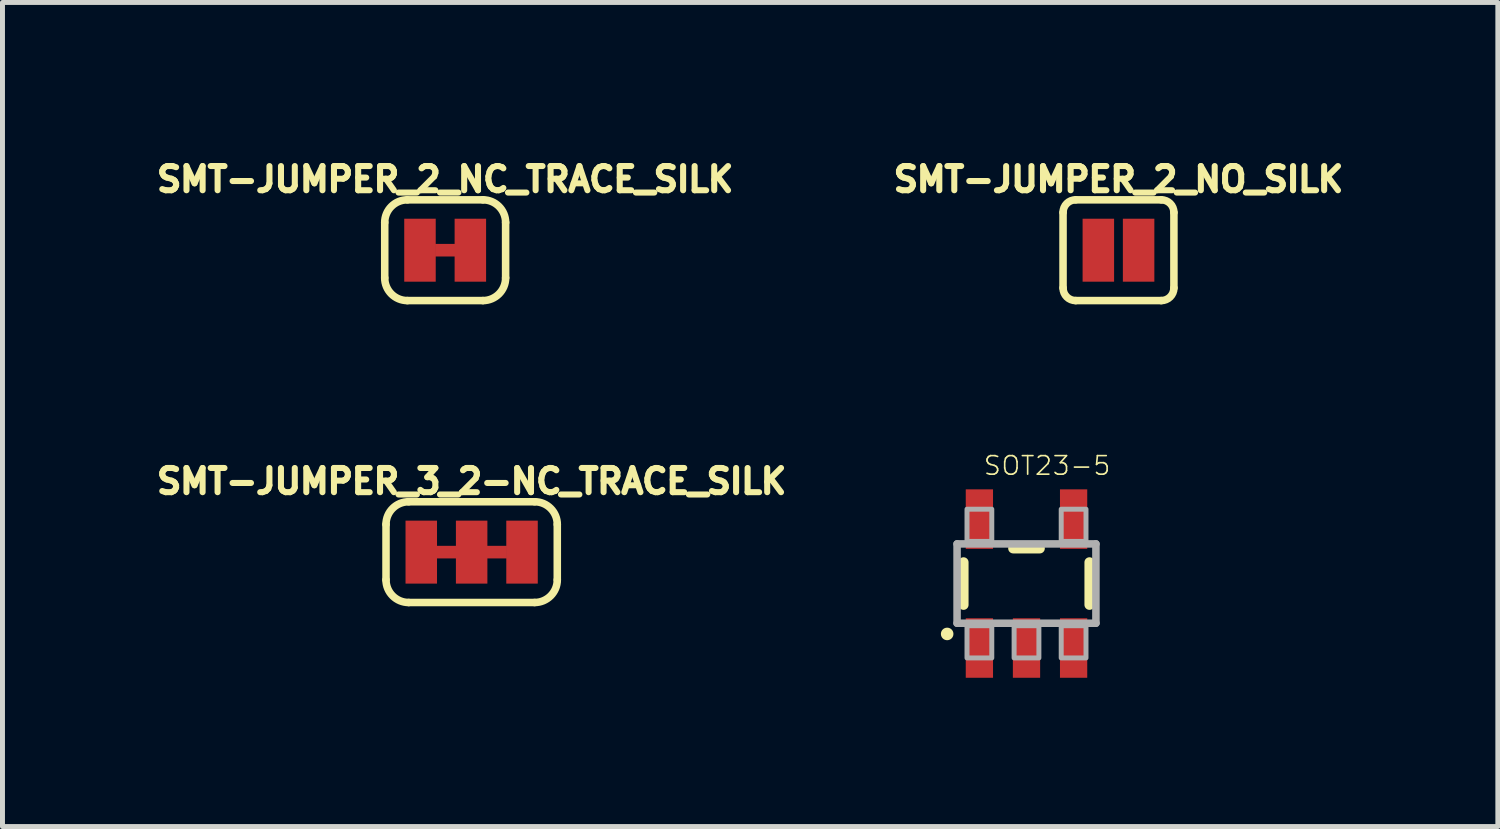
<source format=kicad_pcb>
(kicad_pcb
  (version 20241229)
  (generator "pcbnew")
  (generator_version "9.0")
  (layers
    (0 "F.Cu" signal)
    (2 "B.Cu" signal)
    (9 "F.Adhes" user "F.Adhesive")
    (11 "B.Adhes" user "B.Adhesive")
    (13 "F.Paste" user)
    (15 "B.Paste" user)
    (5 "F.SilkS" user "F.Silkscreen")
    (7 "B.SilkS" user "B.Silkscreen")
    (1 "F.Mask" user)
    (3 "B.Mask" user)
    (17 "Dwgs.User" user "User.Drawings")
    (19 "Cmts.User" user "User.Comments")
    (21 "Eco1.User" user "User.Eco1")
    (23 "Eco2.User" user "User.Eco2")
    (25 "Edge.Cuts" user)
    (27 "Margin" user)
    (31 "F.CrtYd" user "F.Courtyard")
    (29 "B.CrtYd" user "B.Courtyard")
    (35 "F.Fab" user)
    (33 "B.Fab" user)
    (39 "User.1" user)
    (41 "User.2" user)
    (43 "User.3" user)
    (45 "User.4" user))
  (footprint "SOT23-5"
    (layer "F.Cu")
    (at 17.652 8.719)
    (property "Reference" "SOT23-5" (at -0.889 -2.159 0) (layer "F.SilkS") (effects (font (size 0.374 0.374) (thickness 0.033)) (justify left bottom)))
    (fp_line (start -1.27 0.429) (end -1.27 -0.429) (stroke (width 0.203) (type solid)) (layer "F.SilkS"))
    (fp_line (start -0.268 -0.709) (end 0.268 -0.709) (stroke (width 0.203) (type solid)) (layer "F.SilkS"))
    (fp_line (start 1.27 -0.429) (end 1.27 0.429) (stroke (width 0.203) (type solid)) (layer "F.SilkS"))
    (fp_circle (center -1.6 1.016) (end -1.537 1.016) (stroke (width 0.127) (type solid)) (fill yes) (layer "F.SilkS"))
    (fp_line (start -1.4 -0.8) (end -1.4 0.8) (stroke (width 0.152) (type solid)) (layer "F.Fab"))
    (fp_line (start -1.4 -0.8) (end 1.4 -0.8) (stroke (width 0.152) (type solid)) (layer "F.Fab"))
    (fp_line (start 1.4 -0.8) (end 1.4 0.8) (stroke (width 0.152) (type solid)) (layer "F.Fab"))
    (fp_line (start 1.4 0.8) (end -1.4 0.8) (stroke (width 0.152) (type solid)) (layer "F.Fab"))
    (fp_poly (pts (xy -1.2 -0.85) (xy -0.7 -0.85) (xy -0.7 -1.5) (xy -1.2 -1.5)) (stroke (width 0.1) (type solid)) (fill no) (layer "F.Fab"))
    (fp_poly (pts (xy -1.2 1.5) (xy -0.7 1.5) (xy -0.7 0.85) (xy -1.2 0.85)) (stroke (width 0.1) (type solid)) (fill no) (layer "F.Fab"))
    (fp_poly (pts (xy -0.25 1.5) (xy 0.25 1.5) (xy 0.25 0.85) (xy -0.25 0.85)) (stroke (width 0.1) (type solid)) (fill no) (layer "F.Fab"))
    (fp_poly (pts (xy 0.7 -0.85) (xy 1.2 -0.85) (xy 1.2 -1.5) (xy 0.7 -1.5)) (stroke (width 0.1) (type solid)) (fill no) (layer "F.Fab"))
    (fp_poly (pts (xy 0.7 1.5) (xy 1.2 1.5) (xy 1.2 0.85) (xy 0.7 0.85)) (stroke (width 0.1) (type solid)) (fill no) (layer "F.Fab"))
    (pad "1" smd rect (at -0.95 1.3) (size 0.55 1.2) (layers "F.Cu" "F.Mask" "F.Paste"))
    (pad "2" smd rect (at 0 1.3) (size 0.55 1.2) (layers "F.Cu" "F.Mask" "F.Paste"))
    (pad "3" smd rect (at 0.95 1.3) (size 0.55 1.2) (layers "F.Cu" "F.Mask" "F.Paste"))
    (pad "4" smd rect (at 0.95 -1.3) (size 0.55 1.2) (layers "F.Cu" "F.Mask" "F.Paste"))
    (pad "5" smd rect (at -0.95 -1.3) (size 0.55 1.2) (layers "F.Cu" "F.Mask" "F.Paste")))
  (footprint "SMT-JUMPER_2_NC_TRACE_SILK"
    (layer "F.Cu")
    (at 5.928 1.996)
    (property "Reference" "SMT-JUMPER_2_NC_TRACE_SILK" (at 0 -1.143 0) (layer "F.SilkS") (effects (font (size 0.488 0.488) (thickness 0.122)) (justify bottom)))
    (fp_poly (pts (xy -0.203 0.127) (xy 0.203 0.127) (xy 0.203 -0.127) (xy -0.203 -0.127)) (stroke (width 0) (type solid)) (fill yes) (layer "F.Cu"))
    (fp_poly (pts (xy 0.254 0.191) (xy -0.254 0.191) (xy -0.254 -0.191) (xy 0.254 -0.191)) (stroke (width 0) (type solid)) (fill yes) (layer "F.Mask"))
    (fp_line (start -1.219 0.559) (end -1.219 -0.559) (stroke (width 0.152) (type solid)) (layer "F.SilkS"))
    (fp_line (start -0.762 -1.016) (end 0.762 -1.016) (stroke (width 0.152) (type solid)) (layer "F.SilkS"))
    (fp_line (start 0.762 1.016) (end -0.762 1.016) (stroke (width 0.152) (type solid)) (layer "F.SilkS"))
    (fp_line (start 1.219 0.559) (end 1.219 -0.559) (stroke (width 0.152) (type solid)) (layer "F.SilkS"))
    (fp_arc (start -1.2192 -0.5588) (mid -1.085289 -0.882089) (end -0.762 -1.016) (stroke (width 0.1524) (type solid)) (layer "F.SilkS"))
    (fp_arc (start -0.762 1.016) (mid -1.085289 0.882089) (end -1.2192 0.5588) (stroke (width 0.1524) (type solid)) (layer "F.SilkS"))
    (fp_arc (start 0.762 -1.016) (mid 1.085289 -0.882089) (end 1.2192 -0.5588) (stroke (width 0.1524) (type solid)) (layer "F.SilkS"))
    (fp_arc (start 1.2192 0.5588) (mid 1.085289 0.882089) (end 0.762 1.016) (stroke (width 0.1524) (type solid)) (layer "F.SilkS"))
    (pad "1" smd rect (at -0.508 0) (size 0.635 1.27) (layers "F.Cu" "F.Mask"))
    (pad "2" smd rect (at 0.508 0) (size 0.635 1.27) (layers "F.Cu" "F.Mask")))
  (footprint "SMT-JUMPER_3_2-NC_TRACE_SILK"
    (layer "F.Cu")
    (at 6.462 8.085)
    (property "Reference" "SMT-JUMPER_3_2-NC_TRACE_SILK" (at 0 -1.143 0) (layer "F.SilkS") (effects (font (size 0.488 0.488) (thickness 0.122)) (justify bottom)))
    (fp_poly (pts (xy -0.711 0.127) (xy -0.305 0.127) (xy -0.305 -0.127) (xy -0.711 -0.127)) (stroke (width 0) (type solid)) (fill yes) (layer "F.Cu"))
    (fp_poly (pts (xy 0.305 0.127) (xy 0.711 0.127) (xy 0.711 -0.127) (xy 0.305 -0.127)) (stroke (width 0) (type solid)) (fill yes) (layer "F.Cu"))
    (fp_poly (pts (xy 0.762 0.191) (xy -0.762 0.191) (xy -0.762 -0.191) (xy 0.762 -0.191)) (stroke (width 0) (type solid)) (fill yes) (layer "F.Mask"))
    (fp_line (start -1.727 0.559) (end -1.727 -0.559) (stroke (width 0.152) (type solid)) (layer "F.SilkS"))
    (fp_line (start -1.27 -1.016) (end 1.27 -1.016) (stroke (width 0.152) (type solid)) (layer "F.SilkS"))
    (fp_line (start 1.27 1.016) (end -1.27 1.016) (stroke (width 0.152) (type solid)) (layer "F.SilkS"))
    (fp_line (start 1.727 0.559) (end 1.727 -0.559) (stroke (width 0.152) (type solid)) (layer "F.SilkS"))
    (fp_arc (start -1.7272 -0.5588) (mid -1.593289 -0.882089) (end -1.27 -1.016) (stroke (width 0.1524) (type solid)) (layer "F.SilkS"))
    (fp_arc (start -1.27 1.016) (mid -1.593289 0.882089) (end -1.7272 0.5588) (stroke (width 0.1524) (type solid)) (layer "F.SilkS"))
    (fp_arc (start 1.27 -1.016) (mid 1.593289 -0.882089) (end 1.7272 -0.5588) (stroke (width 0.1524) (type solid)) (layer "F.SilkS"))
    (fp_arc (start 1.7272 0.5588) (mid 1.593289 0.882089) (end 1.27 1.016) (stroke (width 0.1524) (type solid)) (layer "F.SilkS"))
    (pad "1" smd rect (at -1.016 0) (size 0.635 1.27) (layers "F.Cu" "F.Mask"))
    (pad "2" smd rect (at 0 0) (size 0.635 1.27) (layers "F.Cu" "F.Mask"))
    (pad "3" smd rect (at 1.016 0) (size 0.635 1.27) (layers "F.Cu" "F.Mask")))
  (footprint "SMT-JUMPER_2_NO_SILK"
    (layer "F.Cu")
    (at 19.507 1.996)
    (property "Reference" "SMT-JUMPER_2_NO_SILK" (at 0 -1.143 0) (layer "F.SilkS") (effects (font (size 0.488 0.488) (thickness 0.122)) (justify bottom)))
    (fp_line (start -1.118 0.762) (end -1.118 -0.762) (stroke (width 0.152) (type solid)) (layer "F.SilkS"))
    (fp_line (start -0.864 -1.016) (end 0.864 -1.016) (stroke (width 0.152) (type solid)) (layer "F.SilkS"))
    (fp_line (start 0.864 1.016) (end -0.864 1.016) (stroke (width 0.152) (type solid)) (layer "F.SilkS"))
    (fp_line (start 1.118 0.762) (end 1.118 -0.762) (stroke (width 0.152) (type solid)) (layer "F.SilkS"))
    (fp_arc (start -1.1176 -0.762) (mid -1.043205 -0.941605) (end -0.8636 -1.016) (stroke (width 0.1524) (type solid)) (layer "F.SilkS"))
    (fp_arc (start -0.8636 1.016) (mid -1.043205 0.941605) (end -1.1176 0.762) (stroke (width 0.1524) (type solid)) (layer "F.SilkS"))
    (fp_arc (start 0.8636 -1.016) (mid 1.043205 -0.941605) (end 1.1176 -0.762) (stroke (width 0.1524) (type solid)) (layer "F.SilkS"))
    (fp_arc (start 1.1176 0.762) (mid 1.043205 0.941605) (end 0.8636 1.016) (stroke (width 0.1524) (type solid)) (layer "F.SilkS"))
    (pad "1" smd rect (at -0.406 0) (size 0.635 1.27) (layers "F.Cu" "F.Mask"))
    (pad "2" smd rect (at 0.406 0) (size 0.635 1.27) (layers "F.Cu" "F.Mask")))
  (gr_rect
    (start -3 -3)
    (end 27.158 13.619)
    (stroke (width 0.1) (type default))
    (fill no)
    (layer "Edge.Cuts")))
</source>
